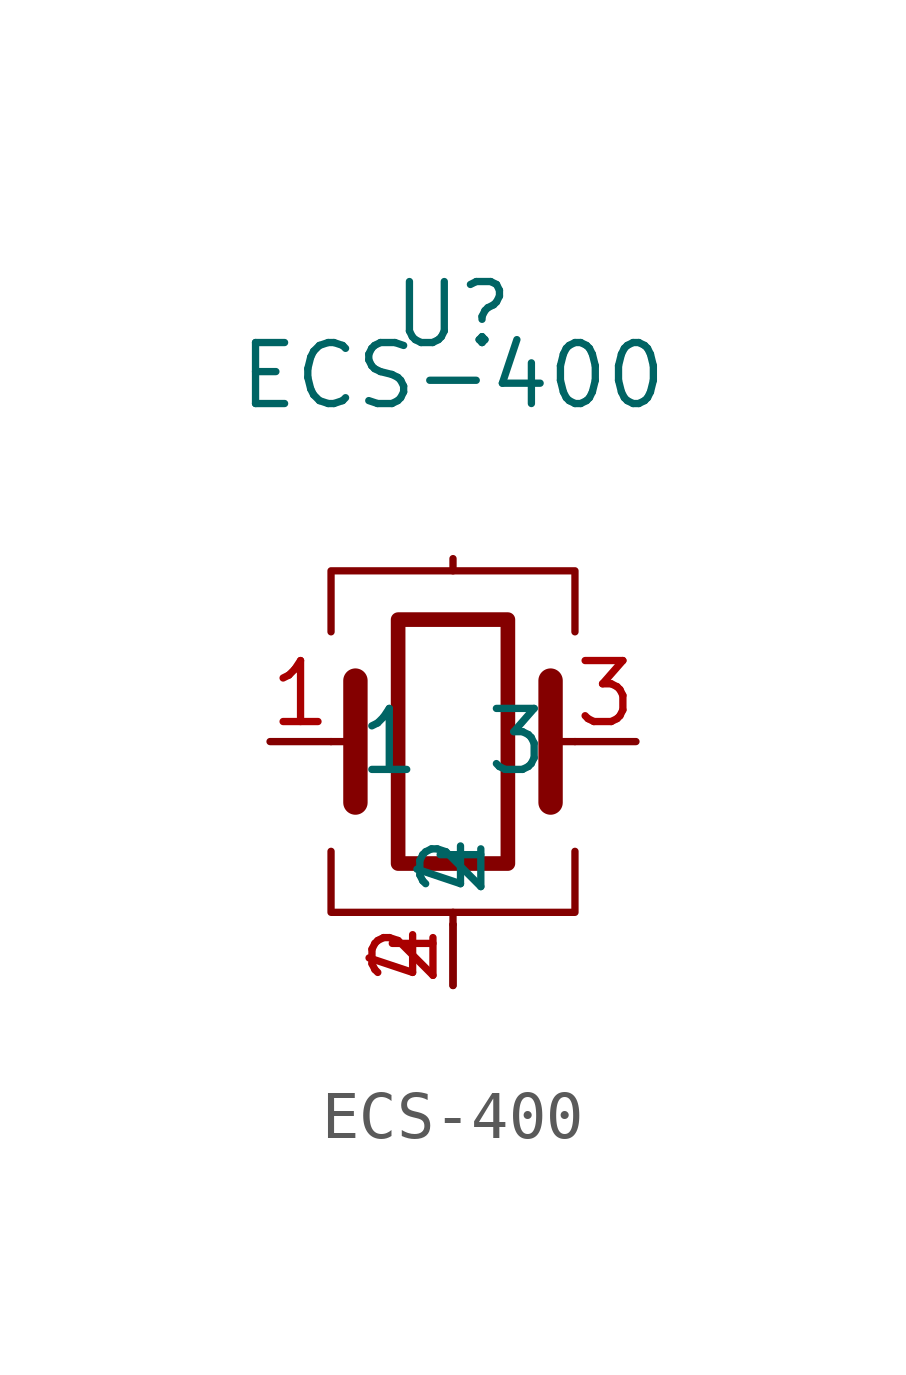
<source format=kicad_sym>
(kicad_symbol_lib
  (version 20211014)
  (generator kicad_symbol_editor)
  (symbol "ECS-400"
    (property "Reference" "U"
      (at 0 0 0)
      (effects (font (size 1.27 1.27))))
    (property "Value" "ECS-400"
      (at 0 -1.27 0)
      (effects (font (size 1.27 1.27))))
    (symbol "ECS-400_0_1"
      (rectangle (start -1.143 -6.35) (end 1.143 -11.43) (stroke (width 0.305) (type default) (color 0 0 0 0)) (fill (type none)))
      (polyline (pts (xy -2.54 -8.89) (xy -2.032 -8.89)) (stroke (width 0) (type default) (color 0 0 0 0)) (fill (type none)))
      (polyline (pts (xy -2.032 -10.16) (xy -2.032 -7.62)) (stroke (width 0.508) (type default) (color 0 0 0 0)) (fill (type none)))
      (polyline (pts (xy 0 -12.7) (xy 0 -12.446)) (stroke (width 0) (type default) (color 0 0 0 0)) (fill (type none)))
      (polyline (pts (xy 0 -5.334) (xy 0 -5.08)) (stroke (width 0) (type default) (color 0 0 0 0)) (fill (type none)))
      (polyline (pts (xy 2.032 -10.16) (xy 2.032 -7.62)) (stroke (width 0.508) (type default) (color 0 0 0 0)) (fill (type none)))
      (polyline (pts (xy 2.032 -8.89) (xy 2.54 -8.89)) (stroke (width 0) (type default) (color 0 0 0 0)) (fill (type none)))
      (polyline (pts (xy -2.54 -11.176) (xy -2.54 -12.446) (xy 2.54 -12.446) (xy 2.54 -11.176)) (stroke (width 0) (type default) (color 0 0 0 0)) (fill (type none)))
      (polyline (pts (xy -2.54 -6.604) (xy -2.54 -5.334) (xy 2.54 -5.334) (xy 2.54 -6.604)) (stroke (width 0) (type default) (color 0 0 0 0)) (fill (type none))))
    (symbol "ECS-400_1_1"
      (pin passive line (at -3.81 -8.89 0) (length 1.27) (name "1" (effects (font (size 1.27 1.27)))) (number "1" (effects (font (size 1.27 1.27)))))
      (pin passive line (at 0 -13.97 90) (length 1.27) (name "2" (effects (font (size 1.27 1.27)))) (number "2" (effects (font (size 1.27 1.27)))))
      (pin passive line (at 3.81 -8.89 180) (length 1.27) (name "3" (effects (font (size 1.27 1.27)))) (number "3" (effects (font (size 1.27 1.27)))))
      (pin passive line (at 0 -13.97 90) (length 1.27) (name "4" (effects (font (size 1.27 1.27)))) (number "4" (effects (font (size 1.27 1.27))))))))
</source>
